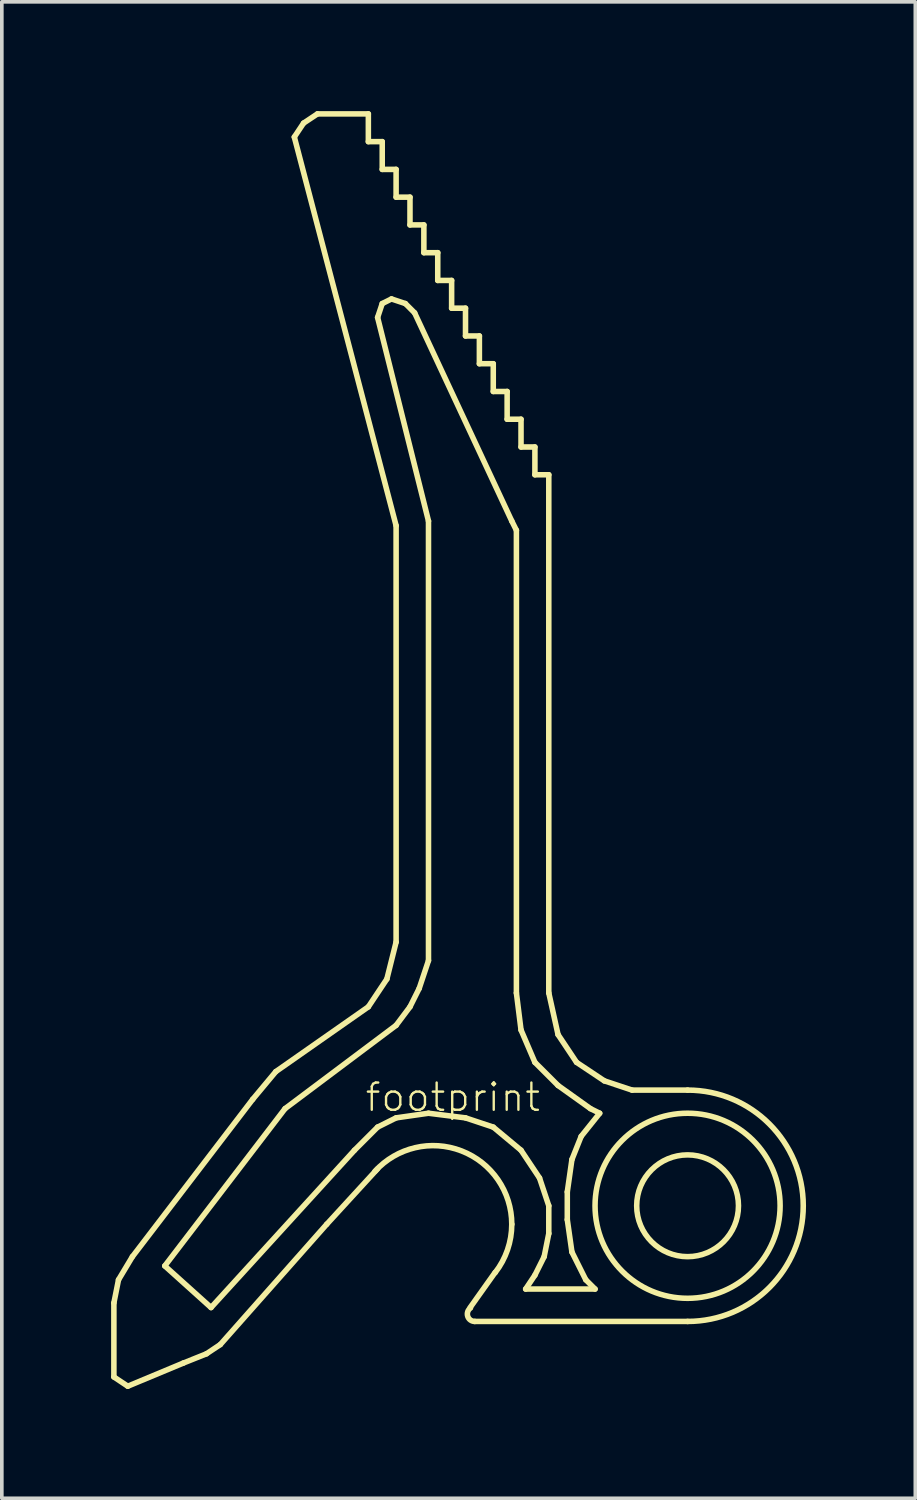
<source format=kicad_pcb>
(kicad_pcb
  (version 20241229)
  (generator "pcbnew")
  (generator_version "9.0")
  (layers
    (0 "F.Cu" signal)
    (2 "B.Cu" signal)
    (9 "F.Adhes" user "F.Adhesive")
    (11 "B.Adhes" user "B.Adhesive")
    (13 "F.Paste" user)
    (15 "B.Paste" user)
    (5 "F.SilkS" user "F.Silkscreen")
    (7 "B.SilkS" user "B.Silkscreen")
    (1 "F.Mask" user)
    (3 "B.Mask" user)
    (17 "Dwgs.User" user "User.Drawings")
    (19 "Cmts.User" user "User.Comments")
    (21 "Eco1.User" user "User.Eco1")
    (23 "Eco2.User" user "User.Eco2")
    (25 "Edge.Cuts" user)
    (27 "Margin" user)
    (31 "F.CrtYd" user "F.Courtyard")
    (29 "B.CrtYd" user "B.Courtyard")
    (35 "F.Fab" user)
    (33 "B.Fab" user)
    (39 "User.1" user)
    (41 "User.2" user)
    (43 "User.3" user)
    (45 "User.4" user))
  (footprint "footprint"
    (layer "F.Cu")
    (at 15.824 30.048)
    (property "Reference" "footprint" (at -8.89 -2.54 0) (layer "F.SilkS") (effects (font (size 0.748 0.748) (thickness 0.065)) (justify left bottom)))
    (fp_line (start -15.748 2.667) (end -15.621 2.032) (stroke (width 0.152) (type solid)) (layer "F.SilkS"))
    (fp_line (start -15.748 4.699) (end -15.748 2.667) (stroke (width 0.152) (type solid)) (layer "F.SilkS"))
    (fp_line (start -15.621 2.032) (end -15.24 1.397) (stroke (width 0.152) (type solid)) (layer "F.SilkS"))
    (fp_line (start -15.367 4.953) (end -15.748 4.699) (stroke (width 0.152) (type solid)) (layer "F.SilkS"))
    (fp_line (start -15.24 1.397) (end -11.938 -2.921) (stroke (width 0.152) (type solid)) (layer "F.SilkS"))
    (fp_line (start -14.351 1.651) (end -11.049 -2.667) (stroke (width 0.152) (type solid)) (layer "F.SilkS"))
    (fp_line (start -13.843 4.318) (end -15.367 4.953) (stroke (width 0.152) (type solid)) (layer "F.SilkS"))
    (fp_line (start -13.208 4.064) (end -13.843 4.318) (stroke (width 0.152) (type solid)) (layer "F.SilkS"))
    (fp_line (start -13.081 2.794) (end -14.351 1.651) (stroke (width 0.152) (type solid)) (layer "F.SilkS"))
    (fp_line (start -13.081 2.794) (end -9.144 -1.524) (stroke (width 0.152) (type solid)) (layer "F.SilkS"))
    (fp_line (start -12.827 3.81) (end -13.208 4.064) (stroke (width 0.152) (type solid)) (layer "F.SilkS"))
    (fp_line (start -11.938 -2.921) (end -11.303 -3.683) (stroke (width 0.152) (type solid)) (layer "F.SilkS"))
    (fp_line (start -11.303 -3.683) (end -8.763 -5.461) (stroke (width 0.152) (type solid)) (layer "F.SilkS"))
    (fp_line (start -11.049 -2.667) (end -8.001 -4.953) (stroke (width 0.152) (type solid)) (layer "F.SilkS"))
    (fp_line (start -10.795 -29.337) (end -8.001 -18.669) (stroke (width 0.152) (type solid)) (layer "F.SilkS"))
    (fp_line (start -10.541 -29.718) (end -10.795 -29.337) (stroke (width 0.152) (type solid)) (layer "F.SilkS"))
    (fp_line (start -10.16 -29.972) (end -10.541 -29.718) (stroke (width 0.152) (type solid)) (layer "F.SilkS"))
    (fp_line (start -10.16 -29.972) (end -8.763 -29.972) (stroke (width 0.152) (type solid)) (layer "F.SilkS"))
    (fp_line (start -9.906 0.508) (end -12.827 3.81) (stroke (width 0.152) (type solid)) (layer "F.SilkS"))
    (fp_line (start -8.763 -29.972) (end -8.763 -29.21) (stroke (width 0.152) (type solid)) (layer "F.SilkS"))
    (fp_line (start -8.763 -29.21) (end -8.382 -29.21) (stroke (width 0.152) (type solid)) (layer "F.SilkS"))
    (fp_line (start -8.509 -24.384) (end -8.382 -24.765) (stroke (width 0.152) (type solid)) (layer "F.SilkS"))
    (fp_line (start -8.509 -2.159) (end -9.144 -1.524) (stroke (width 0.152) (type solid)) (layer "F.SilkS"))
    (fp_line (start -8.509 -1.016) (end -9.906 0.508) (stroke (width 0.152) (type solid)) (layer "F.SilkS"))
    (fp_line (start -8.382 -29.21) (end -8.382 -28.448) (stroke (width 0.152) (type solid)) (layer "F.SilkS"))
    (fp_line (start -8.382 -28.448) (end -8.001 -28.448) (stroke (width 0.152) (type solid)) (layer "F.SilkS"))
    (fp_line (start -8.382 -24.765) (end -8.128 -24.892) (stroke (width 0.152) (type solid)) (layer "F.SilkS"))
    (fp_line (start -8.255 -6.223) (end -8.763 -5.461) (stroke (width 0.152) (type solid)) (layer "F.SilkS"))
    (fp_line (start -8.128 -24.892) (end -7.747 -24.765) (stroke (width 0.152) (type solid)) (layer "F.SilkS"))
    (fp_line (start -8.001 -28.448) (end -8.001 -27.686) (stroke (width 0.152) (type solid)) (layer "F.SilkS"))
    (fp_line (start -8.001 -27.686) (end -7.62 -27.686) (stroke (width 0.152) (type solid)) (layer "F.SilkS"))
    (fp_line (start -8.001 -18.669) (end -8.001 -7.239) (stroke (width 0.152) (type solid)) (layer "F.SilkS"))
    (fp_line (start -8.001 -7.239) (end -8.255 -6.223) (stroke (width 0.152) (type solid)) (layer "F.SilkS"))
    (fp_line (start -8.001 -2.413) (end -8.509 -2.159) (stroke (width 0.152) (type solid)) (layer "F.SilkS"))
    (fp_line (start -7.747 -24.765) (end -7.493 -24.511) (stroke (width 0.152) (type solid)) (layer "F.SilkS"))
    (fp_line (start -7.62 -27.686) (end -7.62 -26.924) (stroke (width 0.152) (type solid)) (layer "F.SilkS"))
    (fp_line (start -7.62 -26.924) (end -7.239 -26.924) (stroke (width 0.152) (type solid)) (layer "F.SilkS"))
    (fp_line (start -7.62 -5.461) (end -8.001 -4.953) (stroke (width 0.152) (type solid)) (layer "F.SilkS"))
    (fp_line (start -7.493 -24.511) (end -4.826 -18.796) (stroke (width 0.152) (type solid)) (layer "F.SilkS"))
    (fp_line (start -7.366 -5.969) (end -7.62 -5.461) (stroke (width 0.152) (type solid)) (layer "F.SilkS"))
    (fp_line (start -7.366 -5.969) (end -7.112 -6.731) (stroke (width 0.152) (type solid)) (layer "F.SilkS"))
    (fp_line (start -7.239 -26.924) (end -7.239 -26.162) (stroke (width 0.152) (type solid)) (layer "F.SilkS"))
    (fp_line (start -7.239 -26.162) (end -6.858 -26.162) (stroke (width 0.152) (type solid)) (layer "F.SilkS"))
    (fp_line (start -7.112 -18.796) (end -8.509 -24.384) (stroke (width 0.152) (type solid)) (layer "F.SilkS"))
    (fp_line (start -7.112 -6.731) (end -7.112 -18.796) (stroke (width 0.152) (type solid)) (layer "F.SilkS"))
    (fp_line (start -7.112 -2.54) (end -8.001 -2.413) (stroke (width 0.152) (type solid)) (layer "F.SilkS"))
    (fp_line (start -6.858 -26.162) (end -6.858 -25.4) (stroke (width 0.152) (type solid)) (layer "F.SilkS"))
    (fp_line (start -6.858 -25.4) (end -6.477 -25.4) (stroke (width 0.152) (type solid)) (layer "F.SilkS"))
    (fp_line (start -6.477 -25.4) (end -6.477 -24.638) (stroke (width 0.152) (type solid)) (layer "F.SilkS"))
    (fp_line (start -6.477 -24.638) (end -6.096 -24.638) (stroke (width 0.152) (type solid)) (layer "F.SilkS"))
    (fp_line (start -6.096 -24.638) (end -6.096 -23.876) (stroke (width 0.152) (type solid)) (layer "F.SilkS"))
    (fp_line (start -6.096 -23.876) (end -5.715 -23.876) (stroke (width 0.152) (type solid)) (layer "F.SilkS"))
    (fp_line (start -6.096 -2.413) (end -7.112 -2.54) (stroke (width 0.152) (type solid)) (layer "F.SilkS"))
    (fp_line (start -5.969 2.794) (end -5.283 1.829) (stroke (width 0.152) (type solid)) (layer "F.SilkS"))
    (fp_line (start -5.715 -23.876) (end -5.715 -23.114) (stroke (width 0.152) (type solid)) (layer "F.SilkS"))
    (fp_line (start -5.715 -23.114) (end -5.334 -23.114) (stroke (width 0.152) (type solid)) (layer "F.SilkS"))
    (fp_line (start -5.334 -23.114) (end -5.334 -22.352) (stroke (width 0.152) (type solid)) (layer "F.SilkS"))
    (fp_line (start -5.334 -22.352) (end -4.953 -22.352) (stroke (width 0.152) (type solid)) (layer "F.SilkS"))
    (fp_line (start -5.334 -2.159) (end -6.096 -2.413) (stroke (width 0.152) (type solid)) (layer "F.SilkS"))
    (fp_line (start -4.953 -22.352) (end -4.953 -21.59) (stroke (width 0.152) (type solid)) (layer "F.SilkS"))
    (fp_line (start -4.953 -21.59) (end -4.572 -21.59) (stroke (width 0.152) (type solid)) (layer "F.SilkS"))
    (fp_line (start -4.826 -18.796) (end -4.699 -18.542) (stroke (width 0.152) (type solid)) (layer "F.SilkS"))
    (fp_line (start -4.699 -18.542) (end -4.699 -5.842) (stroke (width 0.152) (type solid)) (layer "F.SilkS"))
    (fp_line (start -4.699 -5.842) (end -4.572 -4.826) (stroke (width 0.152) (type solid)) (layer "F.SilkS"))
    (fp_line (start -4.572 -21.59) (end -4.572 -20.828) (stroke (width 0.152) (type solid)) (layer "F.SilkS"))
    (fp_line (start -4.572 -20.828) (end -4.191 -20.828) (stroke (width 0.152) (type solid)) (layer "F.SilkS"))
    (fp_line (start -4.572 -4.826) (end -4.191 -3.937) (stroke (width 0.152) (type solid)) (layer "F.SilkS"))
    (fp_line (start -4.572 -1.524) (end -5.334 -2.159) (stroke (width 0.152) (type solid)) (layer "F.SilkS"))
    (fp_line (start -4.445 2.286) (end -4.191 1.905) (stroke (width 0.152) (type solid)) (layer "F.SilkS"))
    (fp_line (start -4.191 -20.828) (end -4.191 -20.066) (stroke (width 0.152) (type solid)) (layer "F.SilkS"))
    (fp_line (start -4.191 -20.066) (end -3.81 -20.066) (stroke (width 0.152) (type solid)) (layer "F.SilkS"))
    (fp_line (start -4.191 -3.937) (end -3.556 -3.302) (stroke (width 0.152) (type solid)) (layer "F.SilkS"))
    (fp_line (start -4.191 1.905) (end -3.937 1.397) (stroke (width 0.152) (type solid)) (layer "F.SilkS"))
    (fp_line (start -4.064 -0.762) (end -4.572 -1.524) (stroke (width 0.152) (type solid)) (layer "F.SilkS"))
    (fp_line (start -3.937 1.397) (end -3.81 0.762) (stroke (width 0.152) (type solid)) (layer "F.SilkS"))
    (fp_line (start -3.81 -20.066) (end -3.81 -5.842) (stroke (width 0.152) (type solid)) (layer "F.SilkS"))
    (fp_line (start -3.81 -5.842) (end -3.556 -4.699) (stroke (width 0.152) (type solid)) (layer "F.SilkS"))
    (fp_line (start -3.81 0) (end -4.064 -0.762) (stroke (width 0.152) (type solid)) (layer "F.SilkS"))
    (fp_line (start -3.81 0.762) (end -3.81 0) (stroke (width 0.152) (type solid)) (layer "F.SilkS"))
    (fp_line (start -3.556 -4.699) (end -3.048 -3.937) (stroke (width 0.152) (type solid)) (layer "F.SilkS"))
    (fp_line (start -3.556 -3.302) (end -2.667 -2.667) (stroke (width 0.152) (type solid)) (layer "F.SilkS"))
    (fp_line (start -3.302 -0.381) (end -3.302 0.381) (stroke (width 0.152) (type solid)) (layer "F.SilkS"))
    (fp_line (start -3.302 0.381) (end -3.175 1.27) (stroke (width 0.152) (type solid)) (layer "F.SilkS"))
    (fp_line (start -3.175 -1.27) (end -3.302 -0.381) (stroke (width 0.152) (type solid)) (layer "F.SilkS"))
    (fp_line (start -3.175 1.27) (end -2.794 2.032) (stroke (width 0.152) (type solid)) (layer "F.SilkS"))
    (fp_line (start -3.048 -3.937) (end -2.286 -3.429) (stroke (width 0.152) (type solid)) (layer "F.SilkS"))
    (fp_line (start -2.921 -1.905) (end -3.175 -1.27) (stroke (width 0.152) (type solid)) (layer "F.SilkS"))
    (fp_line (start -2.794 2.032) (end -2.54 2.286) (stroke (width 0.152) (type solid)) (layer "F.SilkS"))
    (fp_line (start -2.667 -2.667) (end -2.413 -2.54) (stroke (width 0.152) (type solid)) (layer "F.SilkS"))
    (fp_line (start -2.54 2.286) (end -4.445 2.286) (stroke (width 0.152) (type solid)) (layer "F.SilkS"))
    (fp_line (start -2.413 -2.54) (end -2.921 -1.905) (stroke (width 0.152) (type solid)) (layer "F.SilkS"))
    (fp_line (start -2.286 -3.429) (end -1.524 -3.175) (stroke (width 0.152) (type solid)) (layer "F.SilkS"))
    (fp_line (start -1.524 -3.175) (end 0 -3.175) (stroke (width 0.152) (type solid)) (layer "F.SilkS"))
    (fp_line (start 0 3.175) (end -5.842 3.175) (stroke (width 0.152) (type solid)) (layer "F.SilkS"))
    (fp_arc (start -8.5825 -0.9443) (mid -6.206294 -1.505873) (end -4.8257 0.507998) (stroke (width 0.1524) (type solid)) (layer "F.SilkS"))
    (fp_arc (start -5.841998 3.1749) (mid -6.03548 3.033734) (end -5.9601 2.8064) (stroke (width 0.1524) (type solid)) (layer "F.SilkS"))
    (fp_arc (start -4.8259 0.508) (mid -4.942818 1.208684) (end -5.2808 1.8335) (stroke (width 0.1524) (type solid)) (layer "F.SilkS"))
    (fp_arc (start 0 -3.175) (mid 3.175 0) (end 0 3.175) (stroke (width 0.1524) (type solid)) (layer "F.SilkS"))
    (fp_circle (center 0 0) (end 1.397 0) (stroke (width 0.152) (type solid)) (fill no) (layer "F.SilkS"))
    (fp_circle (center 0 0) (end 2.54 0) (stroke (width 0.152) (type solid)) (fill no) (layer "F.SilkS")))
  (gr_rect
    (start -3 -3)
    (end 22.075 38.077)
    (stroke (width 0.1) (type default))
    (fill no)
    (layer "Edge.Cuts")))
</source>
